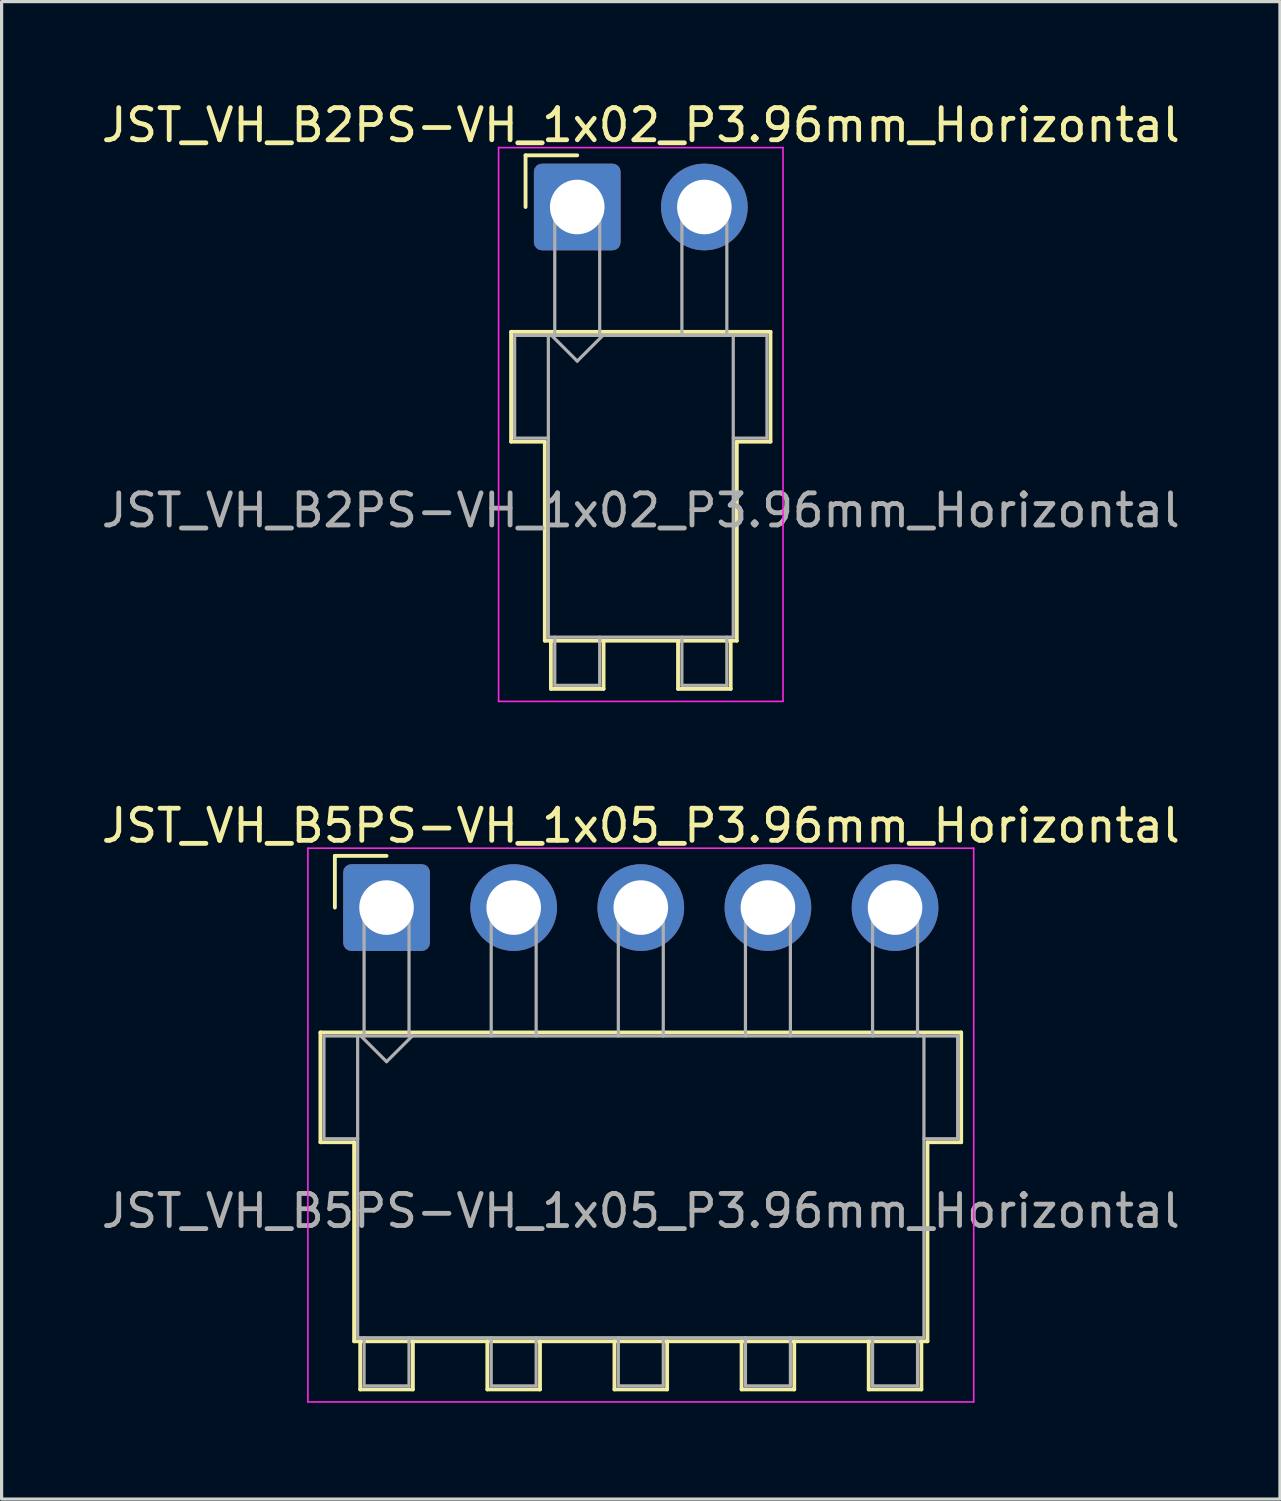
<source format=kicad_pcb>
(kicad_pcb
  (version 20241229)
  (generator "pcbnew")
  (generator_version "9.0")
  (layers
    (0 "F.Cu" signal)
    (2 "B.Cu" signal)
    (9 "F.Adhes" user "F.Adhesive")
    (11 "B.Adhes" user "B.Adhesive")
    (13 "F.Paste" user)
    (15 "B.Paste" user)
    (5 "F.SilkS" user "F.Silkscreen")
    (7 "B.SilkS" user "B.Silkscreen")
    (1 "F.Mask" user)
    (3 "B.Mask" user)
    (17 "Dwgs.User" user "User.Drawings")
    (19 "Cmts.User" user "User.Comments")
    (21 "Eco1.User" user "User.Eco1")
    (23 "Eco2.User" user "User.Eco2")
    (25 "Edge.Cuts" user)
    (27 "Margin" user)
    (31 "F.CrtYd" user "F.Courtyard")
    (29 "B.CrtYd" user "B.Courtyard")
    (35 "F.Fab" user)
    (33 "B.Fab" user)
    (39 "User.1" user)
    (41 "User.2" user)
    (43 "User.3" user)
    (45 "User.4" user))
  (footprint "JST_VH_B2PS-VH_1x02_P3.96mm_Horizontal"
    (layer "F.Cu")
    (at 14.931 3.398)
    (property "Reference" "JST_VH_B2PS-VH_1x02_P3.96mm_Horizontal" (at 1.98 -2.55 0) (layer "F.SilkS") (effects (font (size 1 1) (thickness 0.15))))
    (attr through_hole)
    (fp_line (start -2.06 3.89) (end 6.02 3.89) (stroke (width 0.12) (type solid)) (layer "F.SilkS"))
    (fp_line (start -2.06 7.31) (end -2.06 3.89) (stroke (width 0.12) (type solid)) (layer "F.SilkS"))
    (fp_line (start -1.61 -1.61) (end -1.61 0) (stroke (width 0.12) (type solid)) (layer "F.SilkS"))
    (fp_line (start -1.01 7.31) (end -2.06 7.31) (stroke (width 0.12) (type solid)) (layer "F.SilkS"))
    (fp_line (start -1.01 13.51) (end -1.01 7.31) (stroke (width 0.12) (type solid)) (layer "F.SilkS"))
    (fp_line (start -0.82 13.51) (end -0.82 15.01) (stroke (width 0.12) (type solid)) (layer "F.SilkS"))
    (fp_line (start -0.82 15.01) (end 0.82 15.01) (stroke (width 0.12) (type solid)) (layer "F.SilkS"))
    (fp_line (start 0 -1.61) (end -1.61 -1.61) (stroke (width 0.12) (type solid)) (layer "F.SilkS"))
    (fp_line (start 0.82 15.01) (end 0.82 13.51) (stroke (width 0.12) (type solid)) (layer "F.SilkS"))
    (fp_line (start 3.14 13.51) (end 3.14 15.01) (stroke (width 0.12) (type solid)) (layer "F.SilkS"))
    (fp_line (start 3.14 15.01) (end 4.78 15.01) (stroke (width 0.12) (type solid)) (layer "F.SilkS"))
    (fp_line (start 4.78 15.01) (end 4.78 13.51) (stroke (width 0.12) (type solid)) (layer "F.SilkS"))
    (fp_line (start 4.97 7.31) (end 4.97 13.51) (stroke (width 0.12) (type solid)) (layer "F.SilkS"))
    (fp_line (start 4.97 13.51) (end -1.01 13.51) (stroke (width 0.12) (type solid)) (layer "F.SilkS"))
    (fp_line (start 6.02 3.89) (end 6.02 7.31) (stroke (width 0.12) (type solid)) (layer "F.SilkS"))
    (fp_line (start 6.02 7.31) (end 4.97 7.31) (stroke (width 0.12) (type solid)) (layer "F.SilkS"))
    (fp_line (start -2.45 -1.85) (end -2.45 15.4) (stroke (width 0.05) (type solid)) (layer "F.CrtYd"))
    (fp_line (start -2.45 15.4) (end 6.41 15.4) (stroke (width 0.05) (type solid)) (layer "F.CrtYd"))
    (fp_line (start 6.41 -1.85) (end -2.45 -1.85) (stroke (width 0.05) (type solid)) (layer "F.CrtYd"))
    (fp_line (start 6.41 15.4) (end 6.41 -1.85) (stroke (width 0.05) (type solid)) (layer "F.CrtYd"))
    (fp_line (start -1.95 4) (end -0.9 4) (stroke (width 0.1) (type solid)) (layer "F.Fab"))
    (fp_line (start -1.95 7.2) (end -1.95 4) (stroke (width 0.1) (type solid)) (layer "F.Fab"))
    (fp_line (start -0.9 4) (end -0.9 13.4) (stroke (width 0.1) (type solid)) (layer "F.Fab"))
    (fp_line (start -0.9 7.2) (end -1.95 7.2) (stroke (width 0.1) (type solid)) (layer "F.Fab"))
    (fp_line (start -0.9 13.4) (end 4.86 13.4) (stroke (width 0.1) (type solid)) (layer "F.Fab"))
    (fp_line (start -0.8 4) (end 0 4.8) (stroke (width 0.1) (type solid)) (layer "F.Fab"))
    (fp_line (start -0.7 0) (end 0.7 0) (stroke (width 0.1) (type solid)) (layer "F.Fab"))
    (fp_line (start -0.7 4) (end -0.7 0) (stroke (width 0.1) (type solid)) (layer "F.Fab"))
    (fp_line (start -0.7 13.4) (end -0.7 14.9) (stroke (width 0.1) (type solid)) (layer "F.Fab"))
    (fp_line (start -0.7 14.9) (end 0.7 14.9) (stroke (width 0.1) (type solid)) (layer "F.Fab"))
    (fp_line (start 0 4.8) (end 0.8 4) (stroke (width 0.1) (type solid)) (layer "F.Fab"))
    (fp_line (start 0.7 0) (end 0.7 4) (stroke (width 0.1) (type solid)) (layer "F.Fab"))
    (fp_line (start 0.7 14.9) (end 0.7 13.4) (stroke (width 0.1) (type solid)) (layer "F.Fab"))
    (fp_line (start 3.26 0) (end 4.66 0) (stroke (width 0.1) (type solid)) (layer "F.Fab"))
    (fp_line (start 3.26 4) (end 3.26 0) (stroke (width 0.1) (type solid)) (layer "F.Fab"))
    (fp_line (start 3.26 13.4) (end 3.26 14.9) (stroke (width 0.1) (type solid)) (layer "F.Fab"))
    (fp_line (start 3.26 14.9) (end 4.66 14.9) (stroke (width 0.1) (type solid)) (layer "F.Fab"))
    (fp_line (start 4.66 0) (end 4.66 4) (stroke (width 0.1) (type solid)) (layer "F.Fab"))
    (fp_line (start 4.66 14.9) (end 4.66 13.4) (stroke (width 0.1) (type solid)) (layer "F.Fab"))
    (fp_line (start 4.86 4) (end -0.9 4) (stroke (width 0.1) (type solid)) (layer "F.Fab"))
    (fp_line (start 4.86 4) (end 5.91 4) (stroke (width 0.1) (type solid)) (layer "F.Fab"))
    (fp_line (start 4.86 13.4) (end 4.86 4) (stroke (width 0.1) (type solid)) (layer "F.Fab"))
    (fp_line (start 5.91 4) (end 5.91 7.2) (stroke (width 0.1) (type solid)) (layer "F.Fab"))
    (fp_line (start 5.91 7.2) (end 4.86 7.2) (stroke (width 0.1) (type solid)) (layer "F.Fab"))
    (fp_text user "${REFERENCE}" (at 1.98 9.45 0) (layer "F.Fab") (effects (font (size 1 1) (thickness 0.15))))
    (pad "1" thru_hole roundrect (at 0 0) (size 2.7 2.7) (drill 1.7) (layers "*.Cu" "*.Mask") (roundrect_rratio 0.093))
    (pad "2" thru_hole circle (at 3.96 0) (size 2.7 2.7) (drill 1.7) (layers "*.Cu" "*.Mask")))
  (footprint "JST_VH_B5PS-VH_1x05_P3.96mm_Horizontal"
    (layer "F.Cu")
    (at 8.991 25.221)
    (property "Reference" "JST_VH_B5PS-VH_1x05_P3.96mm_Horizontal" (at 7.92 -2.55 0) (layer "F.SilkS") (effects (font (size 1 1) (thickness 0.15))))
    (attr through_hole)
    (fp_line (start -2.06 3.89) (end 17.9 3.89) (stroke (width 0.12) (type solid)) (layer "F.SilkS"))
    (fp_line (start -2.06 7.31) (end -2.06 3.89) (stroke (width 0.12) (type solid)) (layer "F.SilkS"))
    (fp_line (start -1.61 -1.61) (end -1.61 0) (stroke (width 0.12) (type solid)) (layer "F.SilkS"))
    (fp_line (start -1.01 7.31) (end -2.06 7.31) (stroke (width 0.12) (type solid)) (layer "F.SilkS"))
    (fp_line (start -1.01 13.51) (end -1.01 7.31) (stroke (width 0.12) (type solid)) (layer "F.SilkS"))
    (fp_line (start -0.82 13.51) (end -0.82 15.01) (stroke (width 0.12) (type solid)) (layer "F.SilkS"))
    (fp_line (start -0.82 15.01) (end 0.82 15.01) (stroke (width 0.12) (type solid)) (layer "F.SilkS"))
    (fp_line (start 0 -1.61) (end -1.61 -1.61) (stroke (width 0.12) (type solid)) (layer "F.SilkS"))
    (fp_line (start 0.82 15.01) (end 0.82 13.51) (stroke (width 0.12) (type solid)) (layer "F.SilkS"))
    (fp_line (start 3.14 13.51) (end 3.14 15.01) (stroke (width 0.12) (type solid)) (layer "F.SilkS"))
    (fp_line (start 3.14 15.01) (end 4.78 15.01) (stroke (width 0.12) (type solid)) (layer "F.SilkS"))
    (fp_line (start 4.78 15.01) (end 4.78 13.51) (stroke (width 0.12) (type solid)) (layer "F.SilkS"))
    (fp_line (start 7.1 13.51) (end 7.1 15.01) (stroke (width 0.12) (type solid)) (layer "F.SilkS"))
    (fp_line (start 7.1 15.01) (end 8.74 15.01) (stroke (width 0.12) (type solid)) (layer "F.SilkS"))
    (fp_line (start 8.74 15.01) (end 8.74 13.51) (stroke (width 0.12) (type solid)) (layer "F.SilkS"))
    (fp_line (start 11.06 13.51) (end 11.06 15.01) (stroke (width 0.12) (type solid)) (layer "F.SilkS"))
    (fp_line (start 11.06 15.01) (end 12.7 15.01) (stroke (width 0.12) (type solid)) (layer "F.SilkS"))
    (fp_line (start 12.7 15.01) (end 12.7 13.51) (stroke (width 0.12) (type solid)) (layer "F.SilkS"))
    (fp_line (start 15.02 13.51) (end 15.02 15.01) (stroke (width 0.12) (type solid)) (layer "F.SilkS"))
    (fp_line (start 15.02 15.01) (end 16.66 15.01) (stroke (width 0.12) (type solid)) (layer "F.SilkS"))
    (fp_line (start 16.66 15.01) (end 16.66 13.51) (stroke (width 0.12) (type solid)) (layer "F.SilkS"))
    (fp_line (start 16.85 7.31) (end 16.85 13.51) (stroke (width 0.12) (type solid)) (layer "F.SilkS"))
    (fp_line (start 16.85 13.51) (end -1.01 13.51) (stroke (width 0.12) (type solid)) (layer "F.SilkS"))
    (fp_line (start 17.9 3.89) (end 17.9 7.31) (stroke (width 0.12) (type solid)) (layer "F.SilkS"))
    (fp_line (start 17.9 7.31) (end 16.85 7.31) (stroke (width 0.12) (type solid)) (layer "F.SilkS"))
    (fp_line (start -2.45 -1.85) (end -2.45 15.4) (stroke (width 0.05) (type solid)) (layer "F.CrtYd"))
    (fp_line (start -2.45 15.4) (end 18.29 15.4) (stroke (width 0.05) (type solid)) (layer "F.CrtYd"))
    (fp_line (start 18.29 -1.85) (end -2.45 -1.85) (stroke (width 0.05) (type solid)) (layer "F.CrtYd"))
    (fp_line (start 18.29 15.4) (end 18.29 -1.85) (stroke (width 0.05) (type solid)) (layer "F.CrtYd"))
    (fp_line (start -1.95 4) (end -0.9 4) (stroke (width 0.1) (type solid)) (layer "F.Fab"))
    (fp_line (start -1.95 7.2) (end -1.95 4) (stroke (width 0.1) (type solid)) (layer "F.Fab"))
    (fp_line (start -0.9 4) (end -0.9 13.4) (stroke (width 0.1) (type solid)) (layer "F.Fab"))
    (fp_line (start -0.9 7.2) (end -1.95 7.2) (stroke (width 0.1) (type solid)) (layer "F.Fab"))
    (fp_line (start -0.9 13.4) (end 16.74 13.4) (stroke (width 0.1) (type solid)) (layer "F.Fab"))
    (fp_line (start -0.8 4) (end 0 4.8) (stroke (width 0.1) (type solid)) (layer "F.Fab"))
    (fp_line (start -0.7 0) (end 0.7 0) (stroke (width 0.1) (type solid)) (layer "F.Fab"))
    (fp_line (start -0.7 4) (end -0.7 0) (stroke (width 0.1) (type solid)) (layer "F.Fab"))
    (fp_line (start -0.7 13.4) (end -0.7 14.9) (stroke (width 0.1) (type solid)) (layer "F.Fab"))
    (fp_line (start -0.7 14.9) (end 0.7 14.9) (stroke (width 0.1) (type solid)) (layer "F.Fab"))
    (fp_line (start 0 4.8) (end 0.8 4) (stroke (width 0.1) (type solid)) (layer "F.Fab"))
    (fp_line (start 0.7 0) (end 0.7 4) (stroke (width 0.1) (type solid)) (layer "F.Fab"))
    (fp_line (start 0.7 14.9) (end 0.7 13.4) (stroke (width 0.1) (type solid)) (layer "F.Fab"))
    (fp_line (start 3.26 0) (end 4.66 0) (stroke (width 0.1) (type solid)) (layer "F.Fab"))
    (fp_line (start 3.26 4) (end 3.26 0) (stroke (width 0.1) (type solid)) (layer "F.Fab"))
    (fp_line (start 3.26 13.4) (end 3.26 14.9) (stroke (width 0.1) (type solid)) (layer "F.Fab"))
    (fp_line (start 3.26 14.9) (end 4.66 14.9) (stroke (width 0.1) (type solid)) (layer "F.Fab"))
    (fp_line (start 4.66 0) (end 4.66 4) (stroke (width 0.1) (type solid)) (layer "F.Fab"))
    (fp_line (start 4.66 14.9) (end 4.66 13.4) (stroke (width 0.1) (type solid)) (layer "F.Fab"))
    (fp_line (start 7.22 0) (end 8.62 0) (stroke (width 0.1) (type solid)) (layer "F.Fab"))
    (fp_line (start 7.22 4) (end 7.22 0) (stroke (width 0.1) (type solid)) (layer "F.Fab"))
    (fp_line (start 7.22 13.4) (end 7.22 14.9) (stroke (width 0.1) (type solid)) (layer "F.Fab"))
    (fp_line (start 7.22 14.9) (end 8.62 14.9) (stroke (width 0.1) (type solid)) (layer "F.Fab"))
    (fp_line (start 8.62 0) (end 8.62 4) (stroke (width 0.1) (type solid)) (layer "F.Fab"))
    (fp_line (start 8.62 14.9) (end 8.62 13.4) (stroke (width 0.1) (type solid)) (layer "F.Fab"))
    (fp_line (start 11.18 0) (end 12.58 0) (stroke (width 0.1) (type solid)) (layer "F.Fab"))
    (fp_line (start 11.18 4) (end 11.18 0) (stroke (width 0.1) (type solid)) (layer "F.Fab"))
    (fp_line (start 11.18 13.4) (end 11.18 14.9) (stroke (width 0.1) (type solid)) (layer "F.Fab"))
    (fp_line (start 11.18 14.9) (end 12.58 14.9) (stroke (width 0.1) (type solid)) (layer "F.Fab"))
    (fp_line (start 12.58 0) (end 12.58 4) (stroke (width 0.1) (type solid)) (layer "F.Fab"))
    (fp_line (start 12.58 14.9) (end 12.58 13.4) (stroke (width 0.1) (type solid)) (layer "F.Fab"))
    (fp_line (start 15.14 0) (end 16.54 0) (stroke (width 0.1) (type solid)) (layer "F.Fab"))
    (fp_line (start 15.14 4) (end 15.14 0) (stroke (width 0.1) (type solid)) (layer "F.Fab"))
    (fp_line (start 15.14 13.4) (end 15.14 14.9) (stroke (width 0.1) (type solid)) (layer "F.Fab"))
    (fp_line (start 15.14 14.9) (end 16.54 14.9) (stroke (width 0.1) (type solid)) (layer "F.Fab"))
    (fp_line (start 16.54 0) (end 16.54 4) (stroke (width 0.1) (type solid)) (layer "F.Fab"))
    (fp_line (start 16.54 14.9) (end 16.54 13.4) (stroke (width 0.1) (type solid)) (layer "F.Fab"))
    (fp_line (start 16.74 4) (end -0.9 4) (stroke (width 0.1) (type solid)) (layer "F.Fab"))
    (fp_line (start 16.74 4) (end 17.79 4) (stroke (width 0.1) (type solid)) (layer "F.Fab"))
    (fp_line (start 16.74 13.4) (end 16.74 4) (stroke (width 0.1) (type solid)) (layer "F.Fab"))
    (fp_line (start 17.79 4) (end 17.79 7.2) (stroke (width 0.1) (type solid)) (layer "F.Fab"))
    (fp_line (start 17.79 7.2) (end 16.74 7.2) (stroke (width 0.1) (type solid)) (layer "F.Fab"))
    (fp_text user "${REFERENCE}" (at 7.92 9.45 0) (layer "F.Fab") (effects (font (size 1 1) (thickness 0.15))))
    (pad "1" thru_hole roundrect (at 0 0) (size 2.7 2.7) (drill 1.7) (layers "*.Cu" "*.Mask") (roundrect_rratio 0.093))
    (pad "2" thru_hole circle (at 3.96 0) (size 2.7 2.7) (drill 1.7) (layers "*.Cu" "*.Mask"))
    (pad "3" thru_hole circle (at 7.92 0) (size 2.7 2.7) (drill 1.7) (layers "*.Cu" "*.Mask"))
    (pad "4" thru_hole circle (at 11.88 0) (size 2.7 2.7) (drill 1.7) (layers "*.Cu" "*.Mask"))
    (pad "5" thru_hole circle (at 15.84 0) (size 2.7 2.7) (drill 1.7) (layers "*.Cu" "*.Mask")))
  (gr_rect
    (start -3 -3)
    (end 36.821 43.647)
    (stroke (width 0.1) (type default))
    (fill no)
    (layer "Edge.Cuts")))
</source>
